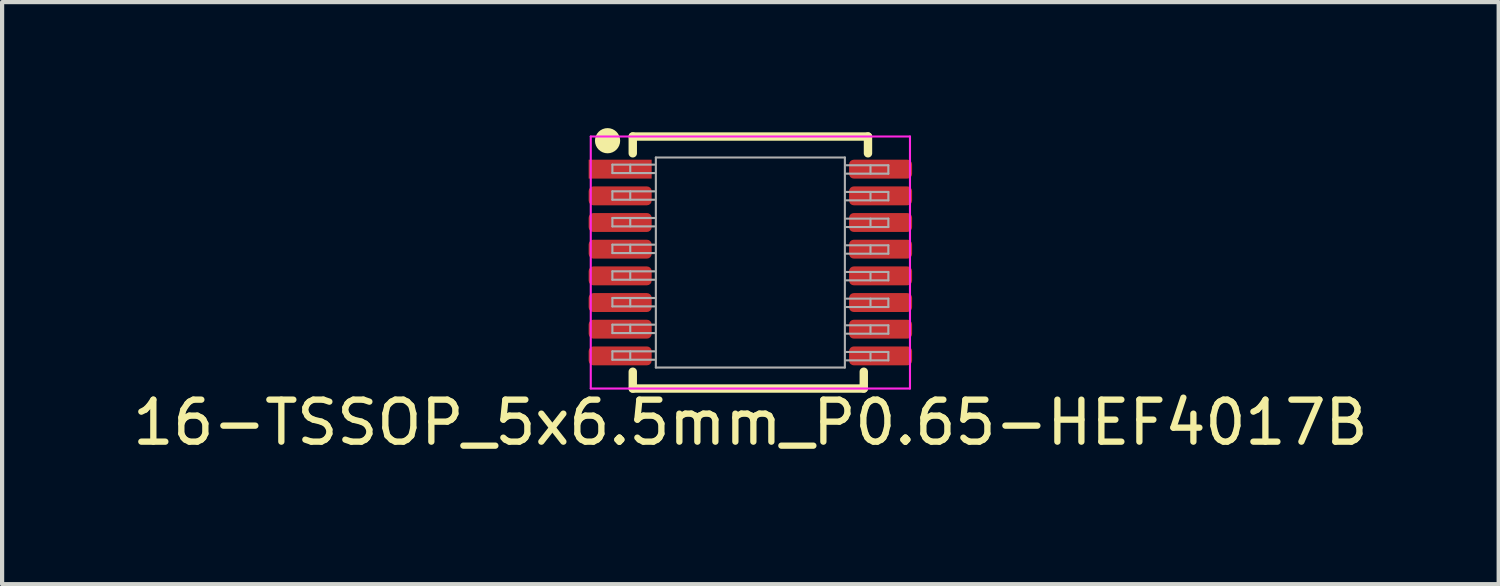
<source format=kicad_pcb>
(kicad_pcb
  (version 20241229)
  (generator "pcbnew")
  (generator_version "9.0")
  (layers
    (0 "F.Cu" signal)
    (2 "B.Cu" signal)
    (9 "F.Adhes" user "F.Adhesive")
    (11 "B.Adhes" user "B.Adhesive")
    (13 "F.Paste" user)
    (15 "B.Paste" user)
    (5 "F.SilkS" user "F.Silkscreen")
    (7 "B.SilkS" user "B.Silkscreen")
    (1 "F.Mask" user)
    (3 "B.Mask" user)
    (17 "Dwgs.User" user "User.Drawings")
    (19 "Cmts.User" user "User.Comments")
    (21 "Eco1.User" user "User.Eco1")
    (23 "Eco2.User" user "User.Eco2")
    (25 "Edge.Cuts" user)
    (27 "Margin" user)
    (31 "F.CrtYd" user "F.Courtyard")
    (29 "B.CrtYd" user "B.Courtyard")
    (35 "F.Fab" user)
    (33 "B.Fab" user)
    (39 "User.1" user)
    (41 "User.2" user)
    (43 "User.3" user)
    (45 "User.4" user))
  (footprint "16-TSSOP_5x6.5mm_P0.65-HEF4017B"
    (layer "F.Cu")
    (at 14.815 3.2)
    (property "Reference" "16-TSSOP_5x6.5mm_P0.65-HEF4017B" (at 0 3.81 0) (layer "F.SilkS") (effects (font (size 1 1) (thickness 0.15))))
    (attr smd)
    (fp_line (start -2.8 -3) (end -2.8 -2.6) (stroke (width 0.2) (type solid)) (layer "F.SilkS"))
    (fp_line (start -2.8 -3) (end 2.8 -3) (stroke (width 0.2) (type solid)) (layer "F.SilkS"))
    (fp_line (start -2.8 3) (end -2.8 2.6) (stroke (width 0.2) (type solid)) (layer "F.SilkS"))
    (fp_line (start 2.7 2.6) (end 2.7 3) (stroke (width 0.2) (type solid)) (layer "F.SilkS"))
    (fp_line (start 2.7 3) (end -2.8 3) (stroke (width 0.2) (type solid)) (layer "F.SilkS"))
    (fp_line (start 2.8 -3) (end 2.8 -2.6) (stroke (width 0.2) (type solid)) (layer "F.SilkS"))
    (fp_circle (center -3.4 -2.9) (end -3.25 -2.9) (stroke (width 0.3) (type solid)) (fill no) (layer "F.SilkS"))
    (fp_line (start -3.8 -3) (end 3.8 -3) (stroke (width 0.05) (type solid)) (layer "F.CrtYd"))
    (fp_line (start -3.8 3) (end -3.8 -3) (stroke (width 0.05) (type solid)) (layer "F.CrtYd"))
    (fp_line (start 3.8 -3) (end 3.8 3) (stroke (width 0.05) (type solid)) (layer "F.CrtYd"))
    (fp_line (start 3.8 3) (end -3.8 3) (stroke (width 0.05) (type solid)) (layer "F.CrtYd"))
    (fp_line (start -3.285 -2.33) (end -3.285 -2.13) (stroke (width 0.05) (type solid)) (layer "F.Fab"))
    (fp_line (start -3.285 -2.13) (end -2.285 -2.13) (stroke (width 0.05) (type solid)) (layer "F.Fab"))
    (fp_line (start -3.285 -1.695) (end -3.285 -1.495) (stroke (width 0.05) (type solid)) (layer "F.Fab"))
    (fp_line (start -3.285 -1.495) (end -2.285 -1.495) (stroke (width 0.05) (type solid)) (layer "F.Fab"))
    (fp_line (start -3.285 -1.06) (end -3.285 -0.86) (stroke (width 0.05) (type solid)) (layer "F.Fab"))
    (fp_line (start -3.285 -0.86) (end -2.285 -0.86) (stroke (width 0.05) (type solid)) (layer "F.Fab"))
    (fp_line (start -3.285 -0.425) (end -3.285 -0.225) (stroke (width 0.05) (type solid)) (layer "F.Fab"))
    (fp_line (start -3.285 -0.225) (end -2.285 -0.225) (stroke (width 0.05) (type solid)) (layer "F.Fab"))
    (fp_line (start -3.285 0.21) (end -3.285 0.41) (stroke (width 0.05) (type solid)) (layer "F.Fab"))
    (fp_line (start -3.285 0.41) (end -2.285 0.41) (stroke (width 0.05) (type solid)) (layer "F.Fab"))
    (fp_line (start -3.285 0.845) (end -3.285 1.045) (stroke (width 0.05) (type solid)) (layer "F.Fab"))
    (fp_line (start -3.285 1.045) (end -2.285 1.045) (stroke (width 0.05) (type solid)) (layer "F.Fab"))
    (fp_line (start -3.285 1.48) (end -3.285 1.68) (stroke (width 0.05) (type solid)) (layer "F.Fab"))
    (fp_line (start -3.285 1.68) (end -2.285 1.68) (stroke (width 0.05) (type solid)) (layer "F.Fab"))
    (fp_line (start -3.285 2.115) (end -3.285 2.315) (stroke (width 0.05) (type solid)) (layer "F.Fab"))
    (fp_line (start -3.285 2.315) (end -2.285 2.315) (stroke (width 0.05) (type solid)) (layer "F.Fab"))
    (fp_line (start -2.86 -2.33) (end -2.86 -2.13) (stroke (width 0.05) (type solid)) (layer "F.Fab"))
    (fp_line (start -2.86 -1.695) (end -2.86 -1.495) (stroke (width 0.05) (type solid)) (layer "F.Fab"))
    (fp_line (start -2.86 -1.06) (end -2.86 -0.86) (stroke (width 0.05) (type solid)) (layer "F.Fab"))
    (fp_line (start -2.86 -0.425) (end -2.86 -0.225) (stroke (width 0.05) (type solid)) (layer "F.Fab"))
    (fp_line (start -2.86 0.21) (end -2.86 0.41) (stroke (width 0.05) (type solid)) (layer "F.Fab"))
    (fp_line (start -2.86 0.845) (end -2.86 1.045) (stroke (width 0.05) (type solid)) (layer "F.Fab"))
    (fp_line (start -2.86 1.48) (end -2.86 1.68) (stroke (width 0.05) (type solid)) (layer "F.Fab"))
    (fp_line (start -2.86 2.115) (end -2.86 2.315) (stroke (width 0.05) (type solid)) (layer "F.Fab"))
    (fp_line (start -2.285 -2.33) (end -3.285 -2.33) (stroke (width 0.05) (type solid)) (layer "F.Fab"))
    (fp_line (start -2.285 -1.695) (end -3.285 -1.695) (stroke (width 0.05) (type solid)) (layer "F.Fab"))
    (fp_line (start -2.285 -1.06) (end -3.285 -1.06) (stroke (width 0.05) (type solid)) (layer "F.Fab"))
    (fp_line (start -2.285 -0.425) (end -3.285 -0.425) (stroke (width 0.05) (type solid)) (layer "F.Fab"))
    (fp_line (start -2.285 0.21) (end -3.285 0.21) (stroke (width 0.05) (type solid)) (layer "F.Fab"))
    (fp_line (start -2.285 0.845) (end -3.285 0.845) (stroke (width 0.05) (type solid)) (layer "F.Fab"))
    (fp_line (start -2.285 1.48) (end -3.285 1.48) (stroke (width 0.05) (type solid)) (layer "F.Fab"))
    (fp_line (start -2.285 2.115) (end -3.285 2.115) (stroke (width 0.05) (type solid)) (layer "F.Fab"))
    (fp_line (start -2.25 -2.5) (end 2.25 -2.5) (stroke (width 0.05) (type solid)) (layer "F.Fab"))
    (fp_line (start -2.25 2.5) (end -2.25 -2.5) (stroke (width 0.05) (type solid)) (layer "F.Fab"))
    (fp_line (start 2.25 -2.5) (end 2.25 2.5) (stroke (width 0.05) (type solid)) (layer "F.Fab"))
    (fp_line (start 2.25 2.5) (end -2.25 2.5) (stroke (width 0.05) (type solid)) (layer "F.Fab"))
    (fp_line (start 2.285 -2.115) (end 3.285 -2.115) (stroke (width 0.05) (type solid)) (layer "F.Fab"))
    (fp_line (start 2.285 -1.48) (end 3.285 -1.48) (stroke (width 0.05) (type solid)) (layer "F.Fab"))
    (fp_line (start 2.285 -0.845) (end 3.285 -0.845) (stroke (width 0.05) (type solid)) (layer "F.Fab"))
    (fp_line (start 2.285 -0.21) (end 3.285 -0.21) (stroke (width 0.05) (type solid)) (layer "F.Fab"))
    (fp_line (start 2.285 0.425) (end 3.285 0.425) (stroke (width 0.05) (type solid)) (layer "F.Fab"))
    (fp_line (start 2.285 1.06) (end 3.285 1.06) (stroke (width 0.05) (type solid)) (layer "F.Fab"))
    (fp_line (start 2.285 1.695) (end 3.285 1.695) (stroke (width 0.05) (type solid)) (layer "F.Fab"))
    (fp_line (start 2.285 2.33) (end 3.285 2.33) (stroke (width 0.05) (type solid)) (layer "F.Fab"))
    (fp_line (start 2.86 -2.115) (end 2.86 -2.315) (stroke (width 0.05) (type solid)) (layer "F.Fab"))
    (fp_line (start 2.86 -1.48) (end 2.86 -1.68) (stroke (width 0.05) (type solid)) (layer "F.Fab"))
    (fp_line (start 2.86 -0.845) (end 2.86 -1.045) (stroke (width 0.05) (type solid)) (layer "F.Fab"))
    (fp_line (start 2.86 -0.21) (end 2.86 -0.41) (stroke (width 0.05) (type solid)) (layer "F.Fab"))
    (fp_line (start 2.86 0.425) (end 2.86 0.225) (stroke (width 0.05) (type solid)) (layer "F.Fab"))
    (fp_line (start 2.86 1.06) (end 2.86 0.86) (stroke (width 0.05) (type solid)) (layer "F.Fab"))
    (fp_line (start 2.86 1.695) (end 2.86 1.495) (stroke (width 0.05) (type solid)) (layer "F.Fab"))
    (fp_line (start 2.86 2.33) (end 2.86 2.13) (stroke (width 0.05) (type solid)) (layer "F.Fab"))
    (fp_line (start 3.285 -2.315) (end 2.285 -2.315) (stroke (width 0.05) (type solid)) (layer "F.Fab"))
    (fp_line (start 3.285 -2.115) (end 3.285 -2.315) (stroke (width 0.05) (type solid)) (layer "F.Fab"))
    (fp_line (start 3.285 -1.68) (end 2.285 -1.68) (stroke (width 0.05) (type solid)) (layer "F.Fab"))
    (fp_line (start 3.285 -1.48) (end 3.285 -1.68) (stroke (width 0.05) (type solid)) (layer "F.Fab"))
    (fp_line (start 3.285 -1.045) (end 2.285 -1.045) (stroke (width 0.05) (type solid)) (layer "F.Fab"))
    (fp_line (start 3.285 -0.845) (end 3.285 -1.045) (stroke (width 0.05) (type solid)) (layer "F.Fab"))
    (fp_line (start 3.285 -0.41) (end 2.285 -0.41) (stroke (width 0.05) (type solid)) (layer "F.Fab"))
    (fp_line (start 3.285 -0.21) (end 3.285 -0.41) (stroke (width 0.05) (type solid)) (layer "F.Fab"))
    (fp_line (start 3.285 0.225) (end 2.285 0.225) (stroke (width 0.05) (type solid)) (layer "F.Fab"))
    (fp_line (start 3.285 0.425) (end 3.285 0.225) (stroke (width 0.05) (type solid)) (layer "F.Fab"))
    (fp_line (start 3.285 0.86) (end 2.285 0.86) (stroke (width 0.05) (type solid)) (layer "F.Fab"))
    (fp_line (start 3.285 1.06) (end 3.285 0.86) (stroke (width 0.05) (type solid)) (layer "F.Fab"))
    (fp_line (start 3.285 1.495) (end 2.285 1.495) (stroke (width 0.05) (type solid)) (layer "F.Fab"))
    (fp_line (start 3.285 1.695) (end 3.285 1.495) (stroke (width 0.05) (type solid)) (layer "F.Fab"))
    (fp_line (start 3.285 2.13) (end 2.285 2.13) (stroke (width 0.05) (type solid)) (layer "F.Fab"))
    (fp_line (start 3.285 2.33) (end 3.285 2.13) (stroke (width 0.05) (type solid)) (layer "F.Fab"))
    (fp_text user "O5" (at -2.2 -2.223 0) (layer "Eco1.User") (effects (font (size 0.25 0.25) (thickness 0.062)) (justify left)))
    (fp_text user "~{Q5-9}" (at 2.2 0.318 0) (layer "Eco1.User") (effects (font (size 0.25 0.25) (thickness 0.062)) (justify right)))
    (fp_text user "O3" (at -2.2 1.587 0) (layer "Eco1.User") (effects (font (size 0.25 0.25) (thickness 0.062)) (justify left)))
    (fp_text user "O6" (at -2.2 0.318 0) (layer "Eco1.User") (effects (font (size 0.25 0.25) (thickness 0.062)) (justify left)))
    (fp_text user "GND" (at -2.2 2.223 0) (layer "Eco1.User") (effects (font (size 0.25 0.25) (thickness 0.062)) (justify left)))
    (fp_text user "CP0" (at 2.2 -0.953 0) (layer "Eco1.User") (effects (font (size 0.25 0.25) (thickness 0.062)) (justify right)))
    (fp_text user "O8" (at 2.2 2.223 0) (layer "Eco1.User") (effects (font (size 0.25 0.25) (thickness 0.062)) (justify right)))
    (fp_text user "~{CP1}" (at 2.2 -0.318 0) (layer "Eco1.User") (effects (font (size 0.25 0.25) (thickness 0.062)) (justify right)))
    (fp_text user "O2" (at -2.2 -0.318 0) (layer "Eco1.User") (effects (font (size 0.25 0.25) (thickness 0.062)) (justify left)))
    (fp_text user "O0" (at -2.2 -0.953 0) (layer "Eco1.User") (effects (font (size 0.25 0.25) (thickness 0.062)) (justify left)))
    (fp_text user "MR" (at 2.2 -1.587 0) (layer "Eco1.User") (effects (font (size 0.25 0.25) (thickness 0.062)) (justify right)))
    (fp_text user "O4" (at 2.2 1.587 0) (layer "Eco1.User") (effects (font (size 0.25 0.25) (thickness 0.062)) (justify right)))
    (fp_text user "O1" (at -2.2 -1.587 0) (layer "Eco1.User") (effects (font (size 0.25 0.25) (thickness 0.062)) (justify left)))
    (fp_text user "O7" (at -2.2 0.953 0) (layer "Eco1.User") (effects (font (size 0.25 0.25) (thickness 0.062)) (justify left)))
    (fp_text user "VCC" (at 2.2 -2.223 0) (layer "Eco1.User") (effects (font (size 0.25 0.25) (thickness 0.062)) (justify right)))
    (fp_text user "O9" (at 2.2 0.953 0) (layer "Eco1.User") (effects (font (size 0.25 0.25) (thickness 0.062)) (justify right)))
    (pad "1" smd rect (at -3.1 -2.223) (size 1.5 0.45) (layers "F.Cu" "F.Mask" "F.Paste"))
    (pad "2" smd roundrect (at -3.1 -1.587) (size 1.5 0.45) (layers "F.Cu" "F.Mask" "F.Paste") (roundrect_rratio 0.25))
    (pad "3" smd roundrect (at -3.1 -0.953) (size 1.5 0.45) (layers "F.Cu" "F.Mask" "F.Paste") (roundrect_rratio 0.25))
    (pad "4" smd roundrect (at -3.1 -0.318) (size 1.5 0.45) (layers "F.Cu" "F.Mask" "F.Paste") (roundrect_rratio 0.25))
    (pad "5" smd roundrect (at -3.1 0.318) (size 1.5 0.45) (layers "F.Cu" "F.Mask" "F.Paste") (roundrect_rratio 0.25))
    (pad "6" smd roundrect (at -3.1 0.953) (size 1.5 0.45) (layers "F.Cu" "F.Mask" "F.Paste") (roundrect_rratio 0.25))
    (pad "7" smd roundrect (at -3.1 1.587) (size 1.5 0.45) (layers "F.Cu" "F.Mask" "F.Paste") (roundrect_rratio 0.25))
    (pad "8" smd roundrect (at -3.1 2.223) (size 1.5 0.45) (layers "F.Cu" "F.Mask" "F.Paste") (roundrect_rratio 0.25))
    (pad "9" smd roundrect (at 3.1 2.223) (size 1.5 0.45) (layers "F.Cu" "F.Mask" "F.Paste") (roundrect_rratio 0.25))
    (pad "10" smd roundrect (at 3.1 1.587) (size 1.5 0.45) (layers "F.Cu" "F.Mask" "F.Paste") (roundrect_rratio 0.25))
    (pad "11" smd roundrect (at 3.1 0.953) (size 1.5 0.45) (layers "F.Cu" "F.Mask" "F.Paste") (roundrect_rratio 0.25))
    (pad "12" smd roundrect (at 3.1 0.318) (size 1.5 0.45) (layers "F.Cu" "F.Mask" "F.Paste") (roundrect_rratio 0.25))
    (pad "13" smd roundrect (at 3.1 -0.318) (size 1.5 0.45) (layers "F.Cu" "F.Mask" "F.Paste") (roundrect_rratio 0.25))
    (pad "14" smd roundrect (at 3.1 -0.953) (size 1.5 0.45) (layers "F.Cu" "F.Mask" "F.Paste") (roundrect_rratio 0.25))
    (pad "15" smd roundrect (at 3.1 -1.587) (size 1.5 0.45) (layers "F.Cu" "F.Mask" "F.Paste") (roundrect_rratio 0.25))
    (pad "16" smd roundrect (at 3.1 -2.223) (size 1.5 0.45) (layers "F.Cu" "F.Mask" "F.Paste") (roundrect_rratio 0.25)))
  (gr_rect
    (start -3 -3)
    (end 32.631 10.858)
    (stroke (width 0.1) (type default))
    (fill no)
    (layer "Edge.Cuts")))
</source>
